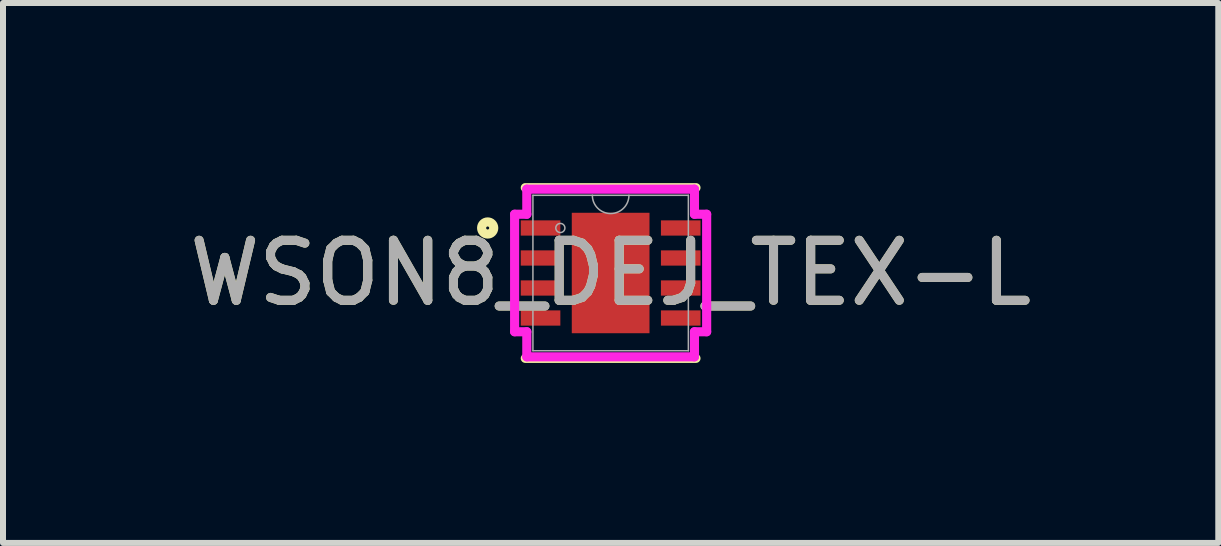
<source format=kicad_pcb>
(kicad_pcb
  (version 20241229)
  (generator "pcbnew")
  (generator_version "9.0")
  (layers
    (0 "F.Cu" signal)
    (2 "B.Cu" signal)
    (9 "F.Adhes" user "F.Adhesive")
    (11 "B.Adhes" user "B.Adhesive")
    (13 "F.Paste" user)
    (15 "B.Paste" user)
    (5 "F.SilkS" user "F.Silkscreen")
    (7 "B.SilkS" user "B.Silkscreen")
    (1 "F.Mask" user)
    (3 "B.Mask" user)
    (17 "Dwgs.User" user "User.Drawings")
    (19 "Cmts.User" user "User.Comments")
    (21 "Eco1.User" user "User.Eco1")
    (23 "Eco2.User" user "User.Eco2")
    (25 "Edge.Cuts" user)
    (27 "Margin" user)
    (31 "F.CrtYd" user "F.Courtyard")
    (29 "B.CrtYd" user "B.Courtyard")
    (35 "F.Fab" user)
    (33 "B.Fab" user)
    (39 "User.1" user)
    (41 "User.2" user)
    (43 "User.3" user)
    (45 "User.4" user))
  (footprint "WSON8_DEJ_TEX-L"
    (layer "F.Cu")
    (at 7.125 1.499)
    (property "Reference" "WSON8_DEJ_TEX-L" (at 0 0 0) (unlocked yes) (layer "F.SilkS") (effects (font (size 1 1) (thickness 0.15))))
    (attr smd)
    (fp_line (start -1.422 1.422) (end 1.422 1.422) (stroke (width 0.152) (type solid)) (layer "F.SilkS"))
    (fp_line (start 1.422 -1.422) (end -1.422 -1.422) (stroke (width 0.152) (type solid)) (layer "F.SilkS"))
    (fp_circle (center -2.049 -0.75) (end -1.948 -0.75) (stroke (width 0.152) (type solid)) (fill no) (layer "F.SilkS"))
    (fp_line (start -1.6 -0.979) (end -1.397 -0.979) (stroke (width 0.152) (type solid)) (layer "F.CrtYd"))
    (fp_line (start -1.6 0.979) (end -1.6 -0.979) (stroke (width 0.152) (type solid)) (layer "F.CrtYd"))
    (fp_line (start -1.6 0.979) (end -1.397 0.979) (stroke (width 0.152) (type solid)) (layer "F.CrtYd"))
    (fp_line (start -1.397 -1.397) (end 1.397 -1.397) (stroke (width 0.152) (type solid)) (layer "F.CrtYd"))
    (fp_line (start -1.397 -0.979) (end -1.397 -1.397) (stroke (width 0.152) (type solid)) (layer "F.CrtYd"))
    (fp_line (start -1.397 1.397) (end -1.397 0.979) (stroke (width 0.152) (type solid)) (layer "F.CrtYd"))
    (fp_line (start 1.397 -1.397) (end 1.397 -0.979) (stroke (width 0.152) (type solid)) (layer "F.CrtYd"))
    (fp_line (start 1.397 0.979) (end 1.397 1.397) (stroke (width 0.152) (type solid)) (layer "F.CrtYd"))
    (fp_line (start 1.397 1.397) (end -1.397 1.397) (stroke (width 0.152) (type solid)) (layer "F.CrtYd"))
    (fp_line (start 1.6 -0.979) (end 1.397 -0.979) (stroke (width 0.152) (type solid)) (layer "F.CrtYd"))
    (fp_line (start 1.6 -0.979) (end 1.6 0.979) (stroke (width 0.152) (type solid)) (layer "F.CrtYd"))
    (fp_line (start 1.6 0.979) (end 1.397 0.979) (stroke (width 0.152) (type solid)) (layer "F.CrtYd"))
    (fp_line (start -1.295 -1.295) (end -1.295 1.295) (stroke (width 0.025) (type solid)) (layer "F.Fab"))
    (fp_line (start -1.295 1.295) (end 1.295 1.295) (stroke (width 0.025) (type solid)) (layer "F.Fab"))
    (fp_line (start 1.295 -1.295) (end -1.295 -1.295) (stroke (width 0.025) (type solid)) (layer "F.Fab"))
    (fp_line (start 1.295 1.295) (end 1.295 -1.295) (stroke (width 0.025) (type solid)) (layer "F.Fab"))
    (fp_arc (start 0.3048 -1.2954) (mid 0 -0.9906) (end -0.3048 -1.2954) (stroke (width 0.0254) (type solid)) (layer "F.Fab"))
    (fp_circle (center -0.838 -0.75) (end -0.762 -0.75) (stroke (width 0.025) (type solid)) (fill no) (layer "F.Fab"))
    (fp_text user "${REFERENCE}" (at 0 0 0) (unlocked yes) (layer "F.Fab") (effects (font (size 1 1) (thickness 0.15))))
    (pad "1" smd rect (at -1.168 -0.75) (size 0.66 0.254) (layers "F.Cu" "F.Mask" "F.Paste"))
    (pad "2" smd rect (at -1.168 -0.25) (size 0.66 0.254) (layers "F.Cu" "F.Mask" "F.Paste"))
    (pad "3" smd rect (at -1.168 0.25) (size 0.66 0.254) (layers "F.Cu" "F.Mask" "F.Paste"))
    (pad "4" smd rect (at -1.168 0.75) (size 0.66 0.254) (layers "F.Cu" "F.Mask" "F.Paste"))
    (pad "5" smd rect (at 1.168 0.75) (size 0.66 0.254) (layers "F.Cu" "F.Mask" "F.Paste"))
    (pad "6" smd rect (at 1.168 0.25) (size 0.66 0.254) (layers "F.Cu" "F.Mask" "F.Paste"))
    (pad "7" smd rect (at 1.168 -0.25) (size 0.66 0.254) (layers "F.Cu" "F.Mask" "F.Paste"))
    (pad "8" smd rect (at 1.168 -0.75) (size 0.66 0.254) (layers "F.Cu" "F.Mask" "F.Paste"))
    (pad "9" smd rect (at 0 0) (size 1.295 2.007) (layers "F.Cu" "F.Mask" "F.Paste")))
  (gr_rect
    (start -3 -3)
    (end 17.25 5.997)
    (stroke (width 0.1) (type default))
    (fill no)
    (layer "Edge.Cuts")))
</source>
